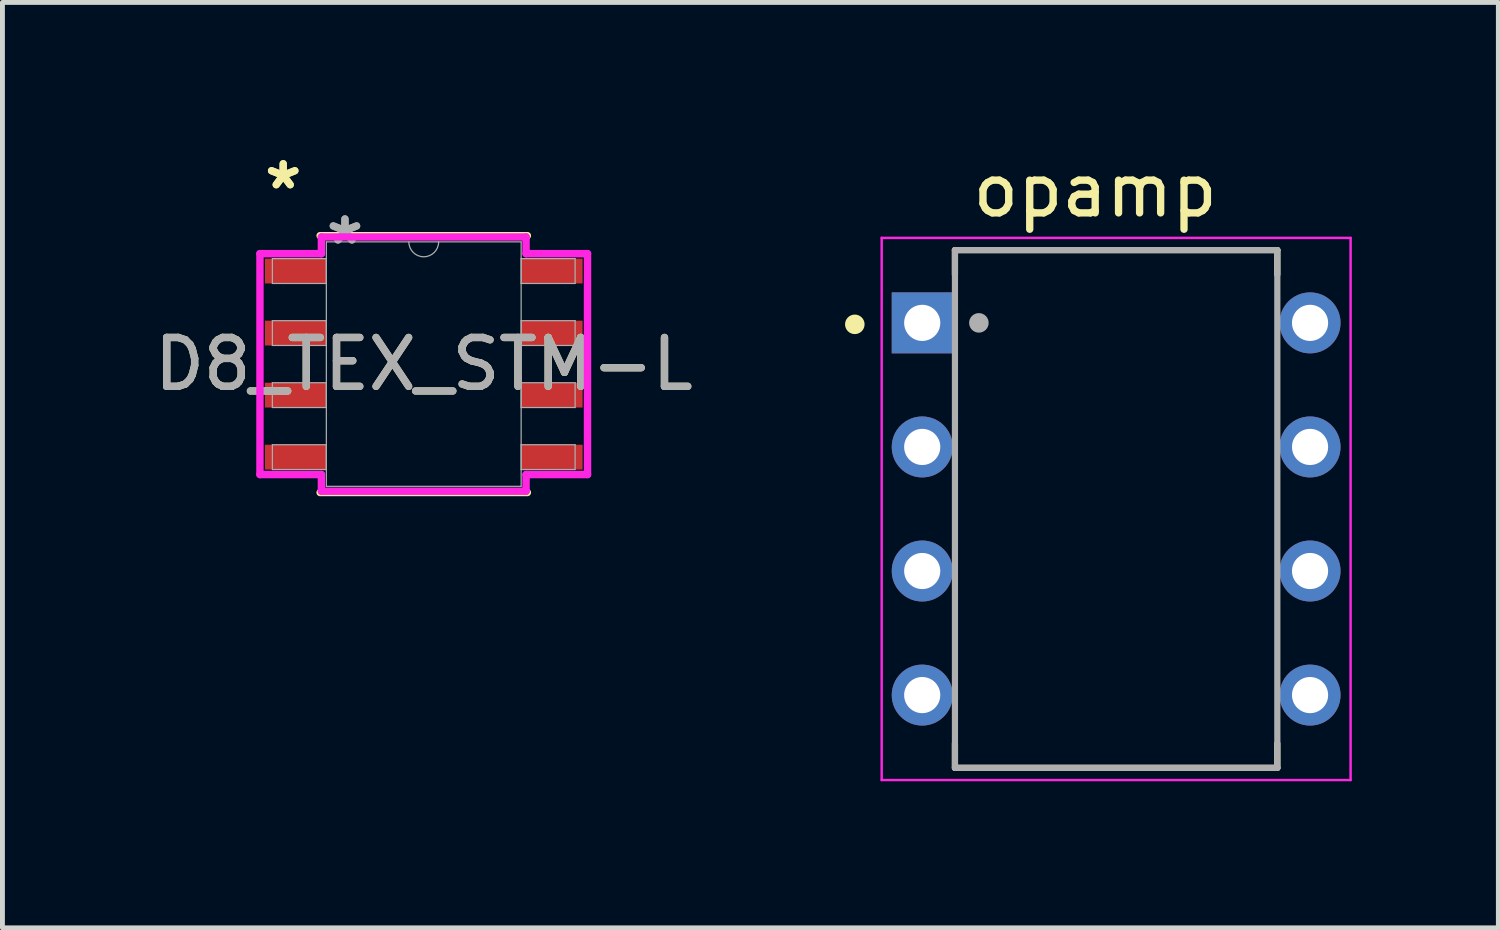
<source format=kicad_pcb>
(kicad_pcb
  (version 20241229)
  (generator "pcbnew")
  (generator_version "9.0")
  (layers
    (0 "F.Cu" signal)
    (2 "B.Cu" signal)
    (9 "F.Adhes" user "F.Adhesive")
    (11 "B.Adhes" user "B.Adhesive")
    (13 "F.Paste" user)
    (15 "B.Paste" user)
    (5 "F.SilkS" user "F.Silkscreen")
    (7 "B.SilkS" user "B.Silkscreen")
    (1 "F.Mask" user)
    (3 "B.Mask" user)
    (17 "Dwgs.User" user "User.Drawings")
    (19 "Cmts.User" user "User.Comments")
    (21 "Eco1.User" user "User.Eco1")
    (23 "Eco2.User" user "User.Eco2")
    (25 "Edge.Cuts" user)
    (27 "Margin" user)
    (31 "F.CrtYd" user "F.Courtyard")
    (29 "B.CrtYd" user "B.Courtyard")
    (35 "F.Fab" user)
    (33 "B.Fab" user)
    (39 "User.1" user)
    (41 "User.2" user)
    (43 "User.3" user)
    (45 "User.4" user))
  (footprint "opamp"
    (layer "F.Cu")
    (at 19.8 7.37)
    (property "Reference" "opamp" (at -0.429 -6.519 0) (layer "F.SilkS") (effects (font (size 1.005 1.005) (thickness 0.15))))
    (attr through_hole)
    (fp_line (start -3.3 -5.3) (end -3.3 -4.8) (stroke (width 0.127) (type solid)) (layer "F.SilkS"))
    (fp_line (start -3.3 -5.3) (end 3.3 -5.3) (stroke (width 0.127) (type solid)) (layer "F.SilkS"))
    (fp_line (start -3.3 4.8) (end -3.3 5.3) (stroke (width 0.127) (type solid)) (layer "F.SilkS"))
    (fp_line (start 3.3 -5.3) (end 3.3 -4.8) (stroke (width 0.127) (type solid)) (layer "F.SilkS"))
    (fp_line (start 3.3 4.8) (end 3.3 5.3) (stroke (width 0.127) (type solid)) (layer "F.SilkS"))
    (fp_line (start 3.3 5.3) (end -3.3 5.3) (stroke (width 0.127) (type solid)) (layer "F.SilkS"))
    (fp_circle (center -5.35 -3.78) (end -5.25 -3.78) (stroke (width 0.2) (type solid)) (fill no) (layer "F.SilkS"))
    (fp_line (start -4.8 -5.55) (end 4.8 -5.55) (stroke (width 0.05) (type solid)) (layer "F.CrtYd"))
    (fp_line (start -4.8 5.55) (end -4.8 -5.55) (stroke (width 0.05) (type solid)) (layer "F.CrtYd"))
    (fp_line (start 4.8 -5.55) (end 4.8 5.55) (stroke (width 0.05) (type solid)) (layer "F.CrtYd"))
    (fp_line (start 4.8 5.55) (end -4.8 5.55) (stroke (width 0.05) (type solid)) (layer "F.CrtYd"))
    (fp_line (start -3.3 -5.3) (end 3.3 -5.3) (stroke (width 0.127) (type solid)) (layer "F.Fab"))
    (fp_line (start -3.3 5.3) (end -3.3 -5.3) (stroke (width 0.127) (type solid)) (layer "F.Fab"))
    (fp_line (start 3.3 -5.3) (end 3.3 5.3) (stroke (width 0.127) (type solid)) (layer "F.Fab"))
    (fp_line (start 3.3 5.3) (end -3.3 5.3) (stroke (width 0.127) (type solid)) (layer "F.Fab"))
    (fp_circle (center -2.81 -3.81) (end -2.71 -3.81) (stroke (width 0.2) (type solid)) (fill no) (layer "F.Fab"))
    (pad "1" thru_hole rect (at -3.97 -3.81) (size 1.248 1.248) (drill 0.74) (layers "*.Cu" "*.Mask"))
    (pad "2" thru_hole circle (at -3.97 -1.27) (size 1.248 1.248) (drill 0.74) (layers "*.Cu" "*.Mask"))
    (pad "3" thru_hole circle (at -3.97 1.27) (size 1.248 1.248) (drill 0.74) (layers "*.Cu" "*.Mask"))
    (pad "4" thru_hole circle (at -3.97 3.81) (size 1.248 1.248) (drill 0.74) (layers "*.Cu" "*.Mask"))
    (pad "5" thru_hole circle (at 3.97 3.81) (size 1.248 1.248) (drill 0.74) (layers "*.Cu" "*.Mask"))
    (pad "6" thru_hole circle (at 3.97 1.27) (size 1.248 1.248) (drill 0.74) (layers "*.Cu" "*.Mask"))
    (pad "7" thru_hole circle (at 3.97 -1.27) (size 1.248 1.248) (drill 0.74) (layers "*.Cu" "*.Mask"))
    (pad "8" thru_hole circle (at 3.97 -3.81) (size 1.248 1.248) (drill 0.74) (layers "*.Cu" "*.Mask")))
  (footprint "D8_TEX_STM-L"
    (layer "F.Cu")
    (at 5.625 4.404)
    (property "Reference" "D8_TEX_STM-L" (at 0 0 0) (unlocked yes) (layer "F.SilkS") (effects (font (size 1 1) (thickness 0.15))))
    (attr smd)
    (fp_line (start -2.121 2.629) (end 2.121 2.629) (stroke (width 0.152) (type solid)) (layer "F.SilkS"))
    (fp_line (start 2.121 -2.629) (end -2.121 -2.629) (stroke (width 0.152) (type solid)) (layer "F.SilkS"))
    (fp_line (start -3.353 -2.261) (end -2.095 -2.261) (stroke (width 0.152) (type solid)) (layer "F.CrtYd"))
    (fp_line (start -3.353 2.261) (end -3.353 -2.261) (stroke (width 0.152) (type solid)) (layer "F.CrtYd"))
    (fp_line (start -3.353 2.261) (end -2.095 2.261) (stroke (width 0.152) (type solid)) (layer "F.CrtYd"))
    (fp_line (start -2.095 -2.603) (end 2.095 -2.603) (stroke (width 0.152) (type solid)) (layer "F.CrtYd"))
    (fp_line (start -2.095 -2.261) (end -2.095 -2.603) (stroke (width 0.152) (type solid)) (layer "F.CrtYd"))
    (fp_line (start -2.095 2.603) (end -2.095 2.261) (stroke (width 0.152) (type solid)) (layer "F.CrtYd"))
    (fp_line (start 2.095 -2.603) (end 2.095 -2.261) (stroke (width 0.152) (type solid)) (layer "F.CrtYd"))
    (fp_line (start 2.095 2.261) (end 2.095 2.603) (stroke (width 0.152) (type solid)) (layer "F.CrtYd"))
    (fp_line (start 2.095 2.603) (end -2.095 2.603) (stroke (width 0.152) (type solid)) (layer "F.CrtYd"))
    (fp_line (start 3.353 -2.261) (end 2.095 -2.261) (stroke (width 0.152) (type solid)) (layer "F.CrtYd"))
    (fp_line (start 3.353 -2.261) (end 3.353 2.261) (stroke (width 0.152) (type solid)) (layer "F.CrtYd"))
    (fp_line (start 3.353 2.261) (end 2.095 2.261) (stroke (width 0.152) (type solid)) (layer "F.CrtYd"))
    (fp_line (start -3.099 -2.159) (end -3.099 -1.651) (stroke (width 0.025) (type solid)) (layer "F.Fab"))
    (fp_line (start -3.099 -1.651) (end -1.994 -1.651) (stroke (width 0.025) (type solid)) (layer "F.Fab"))
    (fp_line (start -3.099 -0.889) (end -3.099 -0.381) (stroke (width 0.025) (type solid)) (layer "F.Fab"))
    (fp_line (start -3.099 -0.381) (end -1.994 -0.381) (stroke (width 0.025) (type solid)) (layer "F.Fab"))
    (fp_line (start -3.099 0.381) (end -3.099 0.889) (stroke (width 0.025) (type solid)) (layer "F.Fab"))
    (fp_line (start -3.099 0.889) (end -1.994 0.889) (stroke (width 0.025) (type solid)) (layer "F.Fab"))
    (fp_line (start -3.099 1.651) (end -3.099 2.159) (stroke (width 0.025) (type solid)) (layer "F.Fab"))
    (fp_line (start -3.099 2.159) (end -1.994 2.159) (stroke (width 0.025) (type solid)) (layer "F.Fab"))
    (fp_line (start -1.994 -2.502) (end -1.994 2.502) (stroke (width 0.025) (type solid)) (layer "F.Fab"))
    (fp_line (start -1.994 -2.159) (end -3.099 -2.159) (stroke (width 0.025) (type solid)) (layer "F.Fab"))
    (fp_line (start -1.994 -1.651) (end -1.994 -2.159) (stroke (width 0.025) (type solid)) (layer "F.Fab"))
    (fp_line (start -1.994 -0.889) (end -3.099 -0.889) (stroke (width 0.025) (type solid)) (layer "F.Fab"))
    (fp_line (start -1.994 -0.381) (end -1.994 -0.889) (stroke (width 0.025) (type solid)) (layer "F.Fab"))
    (fp_line (start -1.994 0.381) (end -3.099 0.381) (stroke (width 0.025) (type solid)) (layer "F.Fab"))
    (fp_line (start -1.994 0.889) (end -1.994 0.381) (stroke (width 0.025) (type solid)) (layer "F.Fab"))
    (fp_line (start -1.994 1.651) (end -3.099 1.651) (stroke (width 0.025) (type solid)) (layer "F.Fab"))
    (fp_line (start -1.994 2.159) (end -1.994 1.651) (stroke (width 0.025) (type solid)) (layer "F.Fab"))
    (fp_line (start -1.994 2.502) (end 1.994 2.502) (stroke (width 0.025) (type solid)) (layer "F.Fab"))
    (fp_line (start 1.994 -2.502) (end -1.994 -2.502) (stroke (width 0.025) (type solid)) (layer "F.Fab"))
    (fp_line (start 1.994 -2.159) (end 1.994 -1.651) (stroke (width 0.025) (type solid)) (layer "F.Fab"))
    (fp_line (start 1.994 -1.651) (end 3.099 -1.651) (stroke (width 0.025) (type solid)) (layer "F.Fab"))
    (fp_line (start 1.994 -0.889) (end 1.994 -0.381) (stroke (width 0.025) (type solid)) (layer "F.Fab"))
    (fp_line (start 1.994 -0.381) (end 3.099 -0.381) (stroke (width 0.025) (type solid)) (layer "F.Fab"))
    (fp_line (start 1.994 0.381) (end 1.994 0.889) (stroke (width 0.025) (type solid)) (layer "F.Fab"))
    (fp_line (start 1.994 0.889) (end 3.099 0.889) (stroke (width 0.025) (type solid)) (layer "F.Fab"))
    (fp_line (start 1.994 1.651) (end 1.994 2.159) (stroke (width 0.025) (type solid)) (layer "F.Fab"))
    (fp_line (start 1.994 2.159) (end 3.099 2.159) (stroke (width 0.025) (type solid)) (layer "F.Fab"))
    (fp_line (start 1.994 2.502) (end 1.994 -2.502) (stroke (width 0.025) (type solid)) (layer "F.Fab"))
    (fp_line (start 3.099 -2.159) (end 1.994 -2.159) (stroke (width 0.025) (type solid)) (layer "F.Fab"))
    (fp_line (start 3.099 -1.651) (end 3.099 -2.159) (stroke (width 0.025) (type solid)) (layer "F.Fab"))
    (fp_line (start 3.099 -0.889) (end 1.994 -0.889) (stroke (width 0.025) (type solid)) (layer "F.Fab"))
    (fp_line (start 3.099 -0.381) (end 3.099 -0.889) (stroke (width 0.025) (type solid)) (layer "F.Fab"))
    (fp_line (start 3.099 0.381) (end 1.994 0.381) (stroke (width 0.025) (type solid)) (layer "F.Fab"))
    (fp_line (start 3.099 0.889) (end 3.099 0.381) (stroke (width 0.025) (type solid)) (layer "F.Fab"))
    (fp_line (start 3.099 1.651) (end 1.994 1.651) (stroke (width 0.025) (type solid)) (layer "F.Fab"))
    (fp_line (start 3.099 2.159) (end 3.099 1.651) (stroke (width 0.025) (type solid)) (layer "F.Fab"))
    (fp_arc (start 0.3048 -2.5019) (mid 0 -2.1971) (end -0.3048 -2.5019) (stroke (width 0.0254) (type solid)) (layer "F.Fab"))
    (fp_text user "*" (at -2.877 -3.556 0) (unlocked yes) (layer "F.SilkS") (effects (font (size 1 1) (thickness 0.15))))
    (fp_text user "*" (at -2.877 -3.556 0) (layer "F.SilkS") (effects (font (size 1 1) (thickness 0.15))))
    (fp_text user "${REFERENCE}" (at 0 0 0) (unlocked yes) (layer "F.Fab") (effects (font (size 1 1) (thickness 0.15))))
    (fp_text user "*" (at -1.613 -2.426 0) (layer "F.Fab") (effects (font (size 1 1) (thickness 0.15))))
    (fp_text user "*" (at -1.613 -2.426 0) (unlocked yes) (layer "F.Fab") (effects (font (size 1 1) (thickness 0.15))))
    (pad "1" smd rect (at -2.623 -1.905) (size 1.257 0.508) (layers "F.Cu" "F.Mask" "F.Paste"))
    (pad "2" smd rect (at -2.623 -0.635) (size 1.257 0.508) (layers "F.Cu" "F.Mask" "F.Paste"))
    (pad "3" smd rect (at -2.623 0.635) (size 1.257 0.508) (layers "F.Cu" "F.Mask" "F.Paste"))
    (pad "4" smd rect (at -2.623 1.905) (size 1.257 0.508) (layers "F.Cu" "F.Mask" "F.Paste"))
    (pad "5" smd rect (at 2.623 1.905) (size 1.257 0.508) (layers "F.Cu" "F.Mask" "F.Paste"))
    (pad "6" smd rect (at 2.623 0.635) (size 1.257 0.508) (layers "F.Cu" "F.Mask" "F.Paste"))
    (pad "7" smd rect (at 2.623 -0.635) (size 1.257 0.508) (layers "F.Cu" "F.Mask" "F.Paste"))
    (pad "8" smd rect (at 2.623 -1.905) (size 1.257 0.508) (layers "F.Cu" "F.Mask" "F.Paste")))
  (gr_rect
    (start -3 -3)
    (end 27.625 15.945)
    (stroke (width 0.1) (type default))
    (fill no)
    (layer "Edge.Cuts")))
</source>
